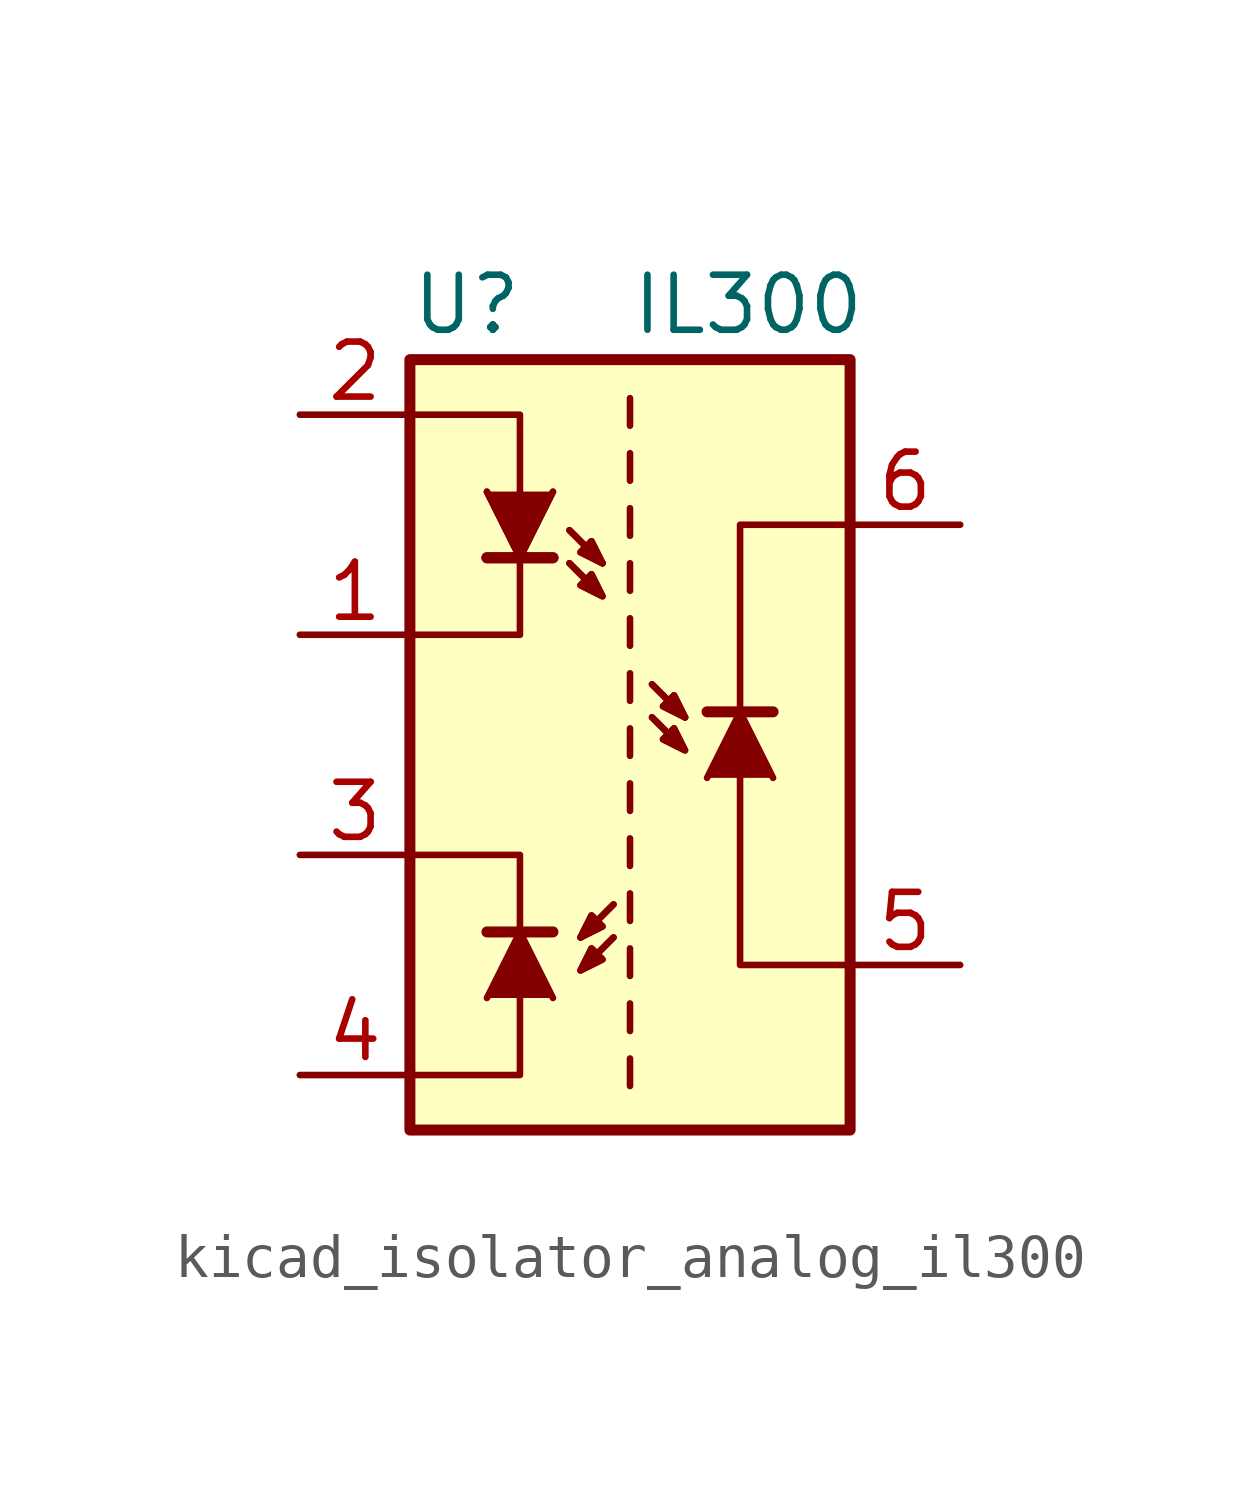
<source format=kicad_sym>
(kicad_symbol_lib
  (version 20220914)
  (generator kicad_symbol_editor)
  (symbol "kicad_isolator_analog_il300"
    (pin_names
      (offset 1.016))
    (property "Reference" "U"
      (at -5.08 10.16 0)
      (effects (font (size 1.27 1.27)) (justify left)))
    (property "Value" "IL300"
      (at 0 10.16 0)
      (effects (font (size 1.27 1.27)) (justify left)))
    (symbol "kicad_isolator_analog_il300_0_1"
      (rectangle (start -5.08 8.89) (end 5.08 -8.89) (stroke (width 0.254) (type default)) (fill (type background)))
      (polyline (pts (xy -3.302 -4.318) (xy -1.778 -4.318)) (stroke (width 0.254) (type default)) (fill (type none)))
      (polyline (pts (xy -1.778 4.318) (xy -3.302 4.318)) (stroke (width 0.254) (type default)) (fill (type none)))
      (polyline (pts (xy -1.778 4.318) (xy -3.302 4.318)) (stroke (width 0.254) (type default)) (fill (type none)))
      (polyline (pts (xy 0 -7.239) (xy 0 -7.874)) (stroke (width 0) (type default)) (fill (type none)))
      (polyline (pts (xy 0 -5.969) (xy 0 -6.604)) (stroke (width 0) (type default)) (fill (type none)))
      (polyline (pts (xy 0 -4.699) (xy 0 -5.334)) (stroke (width 0) (type default)) (fill (type none)))
      (polyline (pts (xy 0 -3.429) (xy 0 -4.064)) (stroke (width 0) (type default)) (fill (type none)))
      (polyline (pts (xy 0 -2.159) (xy 0 -2.794)) (stroke (width 0) (type default)) (fill (type none)))
      (polyline (pts (xy 0 -0.889) (xy 0 -1.524)) (stroke (width 0) (type default)) (fill (type none)))
      (polyline (pts (xy 0 0.381) (xy 0 -0.254)) (stroke (width 0) (type default)) (fill (type none)))
      (polyline (pts (xy 0 1.651) (xy 0 1.016)) (stroke (width 0) (type default)) (fill (type none)))
      (polyline (pts (xy 0 2.921) (xy 0 2.286)) (stroke (width 0) (type default)) (fill (type none)))
      (polyline (pts (xy 0 4.191) (xy 0 3.556)) (stroke (width 0) (type default)) (fill (type none)))
      (polyline (pts (xy 0 5.461) (xy 0 4.826)) (stroke (width 0) (type default)) (fill (type none)))
      (polyline (pts (xy 0 6.731) (xy 0 6.096)) (stroke (width 0) (type default)) (fill (type none)))
      (polyline (pts (xy 0 8.001) (xy 0 7.366)) (stroke (width 0) (type default)) (fill (type none)))
      (polyline (pts (xy 1.778 0.762) (xy 3.302 0.762)) (stroke (width 0.254) (type default)) (fill (type none)))
      (polyline (pts (xy -3.302 -5.842) (xy -2.54 -4.318) (xy -1.778 -5.842)) (stroke (width 0) (type default)) (fill (type outline)))
      (polyline (pts (xy -1.778 5.842) (xy -2.54 4.318) (xy -3.302 5.842)) (stroke (width 0) (type default)) (fill (type outline)))
      (polyline (pts (xy -1.778 5.842) (xy -2.54 4.318) (xy -3.302 5.842)) (stroke (width 0) (type default)) (fill (type outline)))
      (polyline (pts (xy -1.397 4.953) (xy -0.635 4.191) (xy -0.635 4.191)) (stroke (width 0) (type default)) (fill (type none)))
      (polyline (pts (xy -1.397 4.953) (xy -0.635 4.191) (xy -0.635 4.191)) (stroke (width 0) (type default)) (fill (type none)))
      (polyline (pts (xy -0.381 -3.683) (xy -1.143 -4.445) (xy -1.143 -4.445)) (stroke (width 0) (type default)) (fill (type none)))
      (polyline (pts (xy -0.381 -3.683) (xy -1.143 -4.445) (xy -1.143 -4.445)) (stroke (width 0) (type default)) (fill (type none)))
      (polyline (pts (xy 0.508 1.397) (xy 1.27 0.635) (xy 1.27 0.635)) (stroke (width 0) (type default)) (fill (type none)))
      (polyline (pts (xy 0.508 1.397) (xy 1.27 0.635) (xy 1.27 0.635)) (stroke (width 0) (type default)) (fill (type none)))
      (polyline (pts (xy 1.778 -0.762) (xy 2.54 0.762) (xy 3.302 -0.762)) (stroke (width 0) (type default)) (fill (type outline)))
      (polyline (pts (xy -5.08 -2.54) (xy -2.54 -2.54) (xy -2.54 -7.62) (xy -5.08 -7.62)) (stroke (width 0) (type default)) (fill (type none)))
      (polyline (pts (xy -5.08 7.62) (xy -2.54 7.62) (xy -2.54 2.54) (xy -5.08 2.54)) (stroke (width 0) (type default)) (fill (type none)))
      (polyline (pts (xy 5.08 5.08) (xy 2.54 5.08) (xy 2.54 -5.08) (xy 5.08 -5.08)) (stroke (width 0) (type default)) (fill (type none)))
      (polyline (pts (xy -1.143 -4.445) (xy -0.889 -3.937) (xy -0.635 -4.191) (xy -1.143 -4.445) (xy -1.143 -4.445)) (stroke (width 0) (type default)) (fill (type none)))
      (polyline (pts (xy -1.143 -4.445) (xy -0.889 -3.937) (xy -0.635 -4.191) (xy -1.143 -4.445) (xy -1.143 -4.445)) (stroke (width 0) (type default)) (fill (type none)))
      (polyline (pts (xy -0.635 4.191) (xy -0.889 4.699) (xy -1.143 4.445) (xy -0.635 4.191) (xy -0.635 4.191)) (stroke (width 0) (type default)) (fill (type none)))
      (polyline (pts (xy -0.635 4.191) (xy -0.889 4.699) (xy -1.143 4.445) (xy -0.635 4.191) (xy -0.635 4.191)) (stroke (width 0) (type default)) (fill (type none)))
      (polyline (pts (xy 1.27 0.635) (xy 1.016 1.143) (xy 0.762 0.889) (xy 1.27 0.635) (xy 1.27 0.635)) (stroke (width 0) (type default)) (fill (type none)))
      (polyline (pts (xy 1.27 0.635) (xy 1.016 1.143) (xy 0.762 0.889) (xy 1.27 0.635) (xy 1.27 0.635)) (stroke (width 0) (type default)) (fill (type none)))
      (polyline (pts (xy -1.397 4.191) (xy -0.635 3.429) (xy -0.889 3.937) (xy -1.143 3.683) (xy -0.635 3.429) (xy -0.635 3.429)) (stroke (width 0) (type default)) (fill (type none)))
      (polyline (pts (xy -1.397 4.191) (xy -0.635 3.429) (xy -0.889 3.937) (xy -1.143 3.683) (xy -0.635 3.429) (xy -0.635 3.429)) (stroke (width 0) (type default)) (fill (type none)))
      (polyline (pts (xy -0.381 -4.445) (xy -1.143 -5.207) (xy -0.889 -4.699) (xy -0.635 -4.953) (xy -1.143 -5.207) (xy -1.143 -5.207)) (stroke (width 0) (type default)) (fill (type none)))
      (polyline (pts (xy -0.381 -4.445) (xy -1.143 -5.207) (xy -0.889 -4.699) (xy -0.635 -4.953) (xy -1.143 -5.207) (xy -1.143 -5.207)) (stroke (width 0) (type default)) (fill (type none)))
      (polyline (pts (xy 0.508 0.635) (xy 1.27 -0.127) (xy 1.016 0.381) (xy 0.762 0.127) (xy 1.27 -0.127) (xy 1.27 -0.127)) (stroke (width 0) (type default)) (fill (type none)))
      (polyline (pts (xy 0.508 0.635) (xy 1.27 -0.127) (xy 1.016 0.381) (xy 0.762 0.127) (xy 1.27 -0.127) (xy 1.27 -0.127)) (stroke (width 0) (type default)) (fill (type none))))
    (symbol "kicad_isolator_analog_il300_1_1"
      (pin passive line (at -7.62 2.54 0) (length 2.54) (name "~" (effects (font (size 1.27 1.27)))) (number "1" (effects (font (size 1.27 1.27)))))
      (pin passive line (at -7.62 7.62 0) (length 2.54) (name "~" (effects (font (size 1.27 1.27)))) (number "2" (effects (font (size 1.27 1.27)))))
      (pin passive line (at -7.62 -2.54 0) (length 2.54) (name "~" (effects (font (size 1.27 1.27)))) (number "3" (effects (font (size 1.27 1.27)))))
      (pin passive line (at -7.62 -7.62 0) (length 2.54) (name "~" (effects (font (size 1.27 1.27)))) (number "4" (effects (font (size 1.27 1.27)))))
      (pin passive line (at 7.62 -5.08 180) (length 2.54) (name "~" (effects (font (size 1.27 1.27)))) (number "5" (effects (font (size 1.27 1.27)))))
      (pin passive line (at 7.62 5.08 180) (length 2.54) (name "~" (effects (font (size 1.27 1.27)))) (number "6" (effects (font (size 1.27 1.27)))))
      (pin no_connect line (at 5.08 2.54 180) (length 2.54) hide (name "NC" (effects (font (size 1.27 1.27)))) (number "7" (effects (font (size 1.27 1.27)))))
      (pin no_connect line (at 5.08 0 180) (length 2.54) hide (name "NC" (effects (font (size 1.27 1.27)))) (number "8" (effects (font (size 1.27 1.27))))))))
</source>
